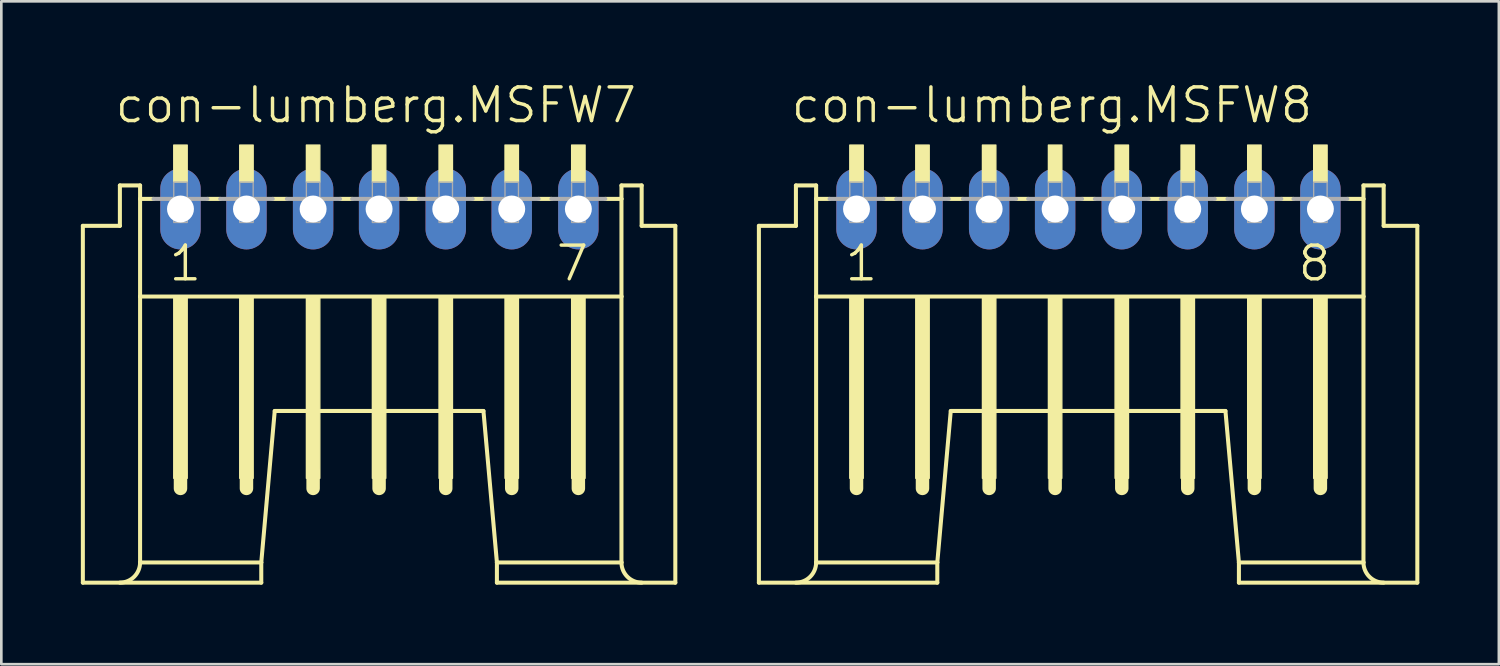
<source format=kicad_pcb>
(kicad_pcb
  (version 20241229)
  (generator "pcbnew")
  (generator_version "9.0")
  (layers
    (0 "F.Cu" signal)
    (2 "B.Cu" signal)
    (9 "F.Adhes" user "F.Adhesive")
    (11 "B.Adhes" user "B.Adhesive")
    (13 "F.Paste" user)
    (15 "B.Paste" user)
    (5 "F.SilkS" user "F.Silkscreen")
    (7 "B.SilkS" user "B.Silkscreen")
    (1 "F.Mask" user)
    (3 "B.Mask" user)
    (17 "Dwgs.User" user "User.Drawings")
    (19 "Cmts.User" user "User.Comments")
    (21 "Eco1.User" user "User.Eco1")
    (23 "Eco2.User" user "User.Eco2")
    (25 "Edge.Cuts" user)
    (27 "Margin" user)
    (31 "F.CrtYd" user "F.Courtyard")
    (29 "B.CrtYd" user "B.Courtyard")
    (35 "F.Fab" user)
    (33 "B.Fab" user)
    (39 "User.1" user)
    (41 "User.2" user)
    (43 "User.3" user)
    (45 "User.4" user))
  (footprint "con-lumberg.MSFW7"
    (layer "F.Cu")
    (at 3.759 6.74)
    (property "Reference" "con-lumberg.MSFW7" (at -2.54 -5.08 0) (layer "F.SilkS") (effects (font (size 1.27 1.27) (thickness 0.13)) (justify left bottom)))
    (attr through_hole)
    (fp_line (start -3.683 12.192) (end -3.683 -1.27) (stroke (width 0.152) (type default)) (layer "F.SilkS"))
    (fp_line (start -3.683 12.192) (end 3.048 12.192) (stroke (width 0.152) (type default)) (layer "F.SilkS"))
    (fp_line (start -2.286 -1.27) (end -3.683 -1.27) (stroke (width 0.152) (type default)) (layer "F.SilkS"))
    (fp_line (start -2.286 -1.27) (end -2.286 -2.794) (stroke (width 0.152) (type default)) (layer "F.SilkS"))
    (fp_line (start -1.524 -2.794) (end -2.286 -2.794) (stroke (width 0.152) (type default)) (layer "F.SilkS"))
    (fp_line (start -1.524 -2.286) (end -1.524 -2.794) (stroke (width 0.152) (type default)) (layer "F.SilkS"))
    (fp_line (start -1.524 1.397) (end -1.524 -2.286) (stroke (width 0.152) (type default)) (layer "F.SilkS"))
    (fp_line (start -1.524 11.43) (end -1.524 1.397) (stroke (width 0.152) (type default)) (layer "F.SilkS"))
    (fp_line (start -1.524 11.43) (end 3.048 11.43) (stroke (width 0.152) (type default)) (layer "F.SilkS"))
    (fp_line (start -1.016 -2.286) (end -1.524 -2.286) (stroke (width 0.152) (type default)) (layer "F.SilkS"))
    (fp_line (start 0 8.001) (end 0 8.636) (stroke (width 0.508) (type default)) (layer "F.SilkS"))
    (fp_line (start 1.499 -2.286) (end 1.016 -2.286) (stroke (width 0.152) (type default)) (layer "F.SilkS"))
    (fp_line (start 2.489 8.001) (end 2.489 8.636) (stroke (width 0.508) (type default)) (layer "F.SilkS"))
    (fp_line (start 3.048 11.43) (end 3.556 5.715) (stroke (width 0.152) (type default)) (layer "F.SilkS"))
    (fp_line (start 3.048 12.192) (end 3.048 11.43) (stroke (width 0.152) (type default)) (layer "F.SilkS"))
    (fp_line (start 3.556 5.715) (end 11.43 5.715) (stroke (width 0.152) (type default)) (layer "F.SilkS"))
    (fp_line (start 4.013 -2.286) (end 3.48 -2.286) (stroke (width 0.152) (type default)) (layer "F.SilkS"))
    (fp_line (start 5.004 8.001) (end 5.004 8.636) (stroke (width 0.508) (type default)) (layer "F.SilkS"))
    (fp_line (start 6.477 -2.286) (end 6.02 -2.286) (stroke (width 0.152) (type default)) (layer "F.SilkS"))
    (fp_line (start 7.493 8.001) (end 7.493 8.636) (stroke (width 0.508) (type default)) (layer "F.SilkS"))
    (fp_line (start 8.992 -2.286) (end 8.509 -2.286) (stroke (width 0.152) (type default)) (layer "F.SilkS"))
    (fp_line (start 10.008 8.001) (end 10.008 8.636) (stroke (width 0.508) (type default)) (layer "F.SilkS"))
    (fp_line (start 11.481 -2.286) (end 11.024 -2.286) (stroke (width 0.152) (type default)) (layer "F.SilkS"))
    (fp_line (start 11.938 11.43) (end 11.43 5.715) (stroke (width 0.152) (type default)) (layer "F.SilkS"))
    (fp_line (start 11.938 12.192) (end 11.938 11.43) (stroke (width 0.152) (type default)) (layer "F.SilkS"))
    (fp_line (start 11.938 12.192) (end 18.669 12.192) (stroke (width 0.152) (type default)) (layer "F.SilkS"))
    (fp_line (start 12.497 8.001) (end 12.497 8.636) (stroke (width 0.508) (type default)) (layer "F.SilkS"))
    (fp_line (start 13.995 -2.286) (end 13.513 -2.286) (stroke (width 0.152) (type default)) (layer "F.SilkS"))
    (fp_line (start 15.011 8.001) (end 15.011 8.636) (stroke (width 0.508) (type default)) (layer "F.SilkS"))
    (fp_line (start 16.637 -2.794) (end 16.637 -2.286) (stroke (width 0.152) (type default)) (layer "F.SilkS"))
    (fp_line (start 16.637 -2.286) (end 16.027 -2.286) (stroke (width 0.152) (type default)) (layer "F.SilkS"))
    (fp_line (start 16.637 -2.286) (end 16.637 1.397) (stroke (width 0.152) (type default)) (layer "F.SilkS"))
    (fp_line (start 16.637 1.397) (end -1.524 1.397) (stroke (width 0.152) (type default)) (layer "F.SilkS"))
    (fp_line (start 16.637 1.397) (end 16.637 11.43) (stroke (width 0.152) (type default)) (layer "F.SilkS"))
    (fp_line (start 16.637 11.43) (end 11.938 11.43) (stroke (width 0.152) (type default)) (layer "F.SilkS"))
    (fp_line (start 17.399 -2.794) (end 16.637 -2.794) (stroke (width 0.152) (type default)) (layer "F.SilkS"))
    (fp_line (start 17.399 -2.794) (end 17.399 -1.27) (stroke (width 0.152) (type default)) (layer "F.SilkS"))
    (fp_line (start 18.669 -1.27) (end 17.399 -1.27) (stroke (width 0.152) (type default)) (layer "F.SilkS"))
    (fp_line (start 18.669 -1.27) (end 18.669 12.192) (stroke (width 0.152) (type default)) (layer "F.SilkS"))
    (fp_rect (start -0.254 -2.921) (end 0.254 -4.318) (stroke (width 0.05) (type default)) (fill yes) (layer "F.SilkS"))
    (fp_rect (start -0.254 8.255) (end 0.254 1.397) (stroke (width 0.05) (type default)) (fill yes) (layer "F.SilkS"))
    (fp_rect (start 2.235 -2.921) (end 2.743 -4.318) (stroke (width 0.05) (type default)) (fill yes) (layer "F.SilkS"))
    (fp_rect (start 2.235 8.255) (end 2.743 1.397) (stroke (width 0.05) (type default)) (fill yes) (layer "F.SilkS"))
    (fp_rect (start 4.75 -2.921) (end 5.258 -4.318) (stroke (width 0.05) (type default)) (fill yes) (layer "F.SilkS"))
    (fp_rect (start 4.75 8.255) (end 5.258 1.397) (stroke (width 0.05) (type default)) (fill yes) (layer "F.SilkS"))
    (fp_rect (start 7.239 -2.921) (end 7.747 -4.318) (stroke (width 0.05) (type default)) (fill yes) (layer "F.SilkS"))
    (fp_rect (start 7.239 8.255) (end 7.747 1.397) (stroke (width 0.05) (type default)) (fill yes) (layer "F.SilkS"))
    (fp_rect (start 9.754 -2.921) (end 10.262 -4.318) (stroke (width 0.05) (type default)) (fill yes) (layer "F.SilkS"))
    (fp_rect (start 9.754 8.255) (end 10.262 1.397) (stroke (width 0.05) (type default)) (fill yes) (layer "F.SilkS"))
    (fp_rect (start 12.243 -2.921) (end 12.751 -4.318) (stroke (width 0.05) (type default)) (fill yes) (layer "F.SilkS"))
    (fp_rect (start 12.243 8.255) (end 12.751 1.397) (stroke (width 0.05) (type default)) (fill yes) (layer "F.SilkS"))
    (fp_rect (start 14.757 -2.921) (end 15.265 -4.318) (stroke (width 0.05) (type default)) (fill yes) (layer "F.SilkS"))
    (fp_rect (start 14.757 8.255) (end 15.265 1.397) (stroke (width 0.05) (type default)) (fill yes) (layer "F.SilkS"))
    (fp_arc (start -1.524 11.43) (mid -1.747185 11.968815) (end -2.286 12.192) (stroke (width 0.1524) (type default)) (layer "F.SilkS"))
    (fp_arc (start 17.399 12.192) (mid 16.860185 11.968815) (end 16.637 11.43) (stroke (width 0.1524) (type default)) (layer "F.SilkS"))
    (fp_line (start -1.016 -2.286) (end 1.016 -2.286) (stroke (width 0.152) (type default)) (layer "F.Fab"))
    (fp_line (start 1.499 -2.286) (end 3.48 -2.286) (stroke (width 0.152) (type default)) (layer "F.Fab"))
    (fp_line (start 4.013 -2.286) (end 6.02 -2.286) (stroke (width 0.152) (type default)) (layer "F.Fab"))
    (fp_line (start 6.477 -2.286) (end 8.509 -2.286) (stroke (width 0.152) (type default)) (layer "F.Fab"))
    (fp_line (start 8.992 -2.286) (end 11.024 -2.286) (stroke (width 0.152) (type default)) (layer "F.Fab"))
    (fp_line (start 11.481 -2.286) (end 13.513 -2.286) (stroke (width 0.152) (type default)) (layer "F.Fab"))
    (fp_line (start 13.995 -2.286) (end 16.027 -2.286) (stroke (width 0.152) (type default)) (layer "F.Fab"))
    (fp_rect (start -0.254 -1.397) (end 0.254 -2.921) (stroke (width 0.05) (type default)) (fill no) (layer "F.Fab"))
    (fp_rect (start 2.235 -1.397) (end 2.743 -2.921) (stroke (width 0.05) (type default)) (fill no) (layer "F.Fab"))
    (fp_rect (start 4.75 -1.397) (end 5.258 -2.921) (stroke (width 0.05) (type default)) (fill no) (layer "F.Fab"))
    (fp_rect (start 7.239 -1.397) (end 7.747 -2.921) (stroke (width 0.05) (type default)) (fill no) (layer "F.Fab"))
    (fp_rect (start 9.754 -1.397) (end 10.262 -2.921) (stroke (width 0.05) (type default)) (fill no) (layer "F.Fab"))
    (fp_rect (start 12.243 -1.397) (end 12.751 -2.921) (stroke (width 0.05) (type default)) (fill no) (layer "F.Fab"))
    (fp_rect (start 14.757 -1.397) (end 15.265 -2.921) (stroke (width 0.05) (type default)) (fill no) (layer "F.Fab"))
    (fp_text user "7" (at 14.097 0.889 0) (layer "F.SilkS") (effects (font (size 1.27 1.27) (thickness 0.13)) (justify left bottom)))
    (fp_text user "1" (at -0.508 0.889 0) (layer "F.SilkS") (effects (font (size 1.27 1.27) (thickness 0.13)) (justify left bottom)))
    (pad "1" thru_hole oval (at 0 -1.905 90) (size 3.048 1.524) (drill 1.016) (layers "*.Cu" "*.Mask"))
    (pad "2" thru_hole oval (at 2.489 -1.905 90) (size 3.048 1.524) (drill 1.016) (layers "*.Cu" "*.Mask"))
    (pad "3" thru_hole oval (at 5.004 -1.905 90) (size 3.048 1.524) (drill 1.016) (layers "*.Cu" "*.Mask"))
    (pad "4" thru_hole oval (at 7.493 -1.905 90) (size 3.048 1.524) (drill 1.016) (layers "*.Cu" "*.Mask"))
    (pad "5" thru_hole oval (at 10.008 -1.905 90) (size 3.048 1.524) (drill 1.016) (layers "*.Cu" "*.Mask"))
    (pad "6" thru_hole oval (at 12.497 -1.905 90) (size 3.048 1.524) (drill 1.016) (layers "*.Cu" "*.Mask"))
    (pad "7" thru_hole oval (at 15.011 -1.905 90) (size 3.048 1.524) (drill 1.016) (layers "*.Cu" "*.Mask")))
  (footprint "con-lumberg.MSFW8"
    (layer "F.Cu")
    (at 29.264 6.74)
    (property "Reference" "con-lumberg.MSFW8" (at -2.54 -5.08 0) (layer "F.SilkS") (effects (font (size 1.27 1.27) (thickness 0.13)) (justify left bottom)))
    (attr through_hole)
    (fp_line (start -3.683 12.192) (end -3.683 -1.27) (stroke (width 0.152) (type default)) (layer "F.SilkS"))
    (fp_line (start -3.683 12.192) (end 3.048 12.192) (stroke (width 0.152) (type default)) (layer "F.SilkS"))
    (fp_line (start -2.286 -1.27) (end -3.683 -1.27) (stroke (width 0.152) (type default)) (layer "F.SilkS"))
    (fp_line (start -2.286 -1.27) (end -2.286 -2.794) (stroke (width 0.152) (type default)) (layer "F.SilkS"))
    (fp_line (start -1.524 -2.794) (end -2.286 -2.794) (stroke (width 0.152) (type default)) (layer "F.SilkS"))
    (fp_line (start -1.524 -2.286) (end -1.524 -2.794) (stroke (width 0.152) (type default)) (layer "F.SilkS"))
    (fp_line (start -1.524 1.397) (end -1.524 -2.286) (stroke (width 0.152) (type default)) (layer "F.SilkS"))
    (fp_line (start -1.524 11.43) (end -1.524 1.397) (stroke (width 0.152) (type default)) (layer "F.SilkS"))
    (fp_line (start -1.524 11.43) (end 3.048 11.43) (stroke (width 0.152) (type default)) (layer "F.SilkS"))
    (fp_line (start -1.016 -2.286) (end -1.524 -2.286) (stroke (width 0.152) (type default)) (layer "F.SilkS"))
    (fp_line (start 0 8.001) (end 0 8.636) (stroke (width 0.508) (type default)) (layer "F.SilkS"))
    (fp_line (start 1.499 -2.286) (end 1.016 -2.286) (stroke (width 0.152) (type default)) (layer "F.SilkS"))
    (fp_line (start 2.489 8.001) (end 2.489 8.636) (stroke (width 0.508) (type default)) (layer "F.SilkS"))
    (fp_line (start 3.048 11.43) (end 3.556 5.715) (stroke (width 0.152) (type default)) (layer "F.SilkS"))
    (fp_line (start 3.048 12.192) (end 3.048 11.43) (stroke (width 0.152) (type default)) (layer "F.SilkS"))
    (fp_line (start 3.556 5.715) (end 13.919 5.715) (stroke (width 0.152) (type default)) (layer "F.SilkS"))
    (fp_line (start 4.013 -2.286) (end 3.48 -2.286) (stroke (width 0.152) (type default)) (layer "F.SilkS"))
    (fp_line (start 5.004 8.001) (end 5.004 8.636) (stroke (width 0.508) (type default)) (layer "F.SilkS"))
    (fp_line (start 6.477 -2.286) (end 6.02 -2.286) (stroke (width 0.152) (type default)) (layer "F.SilkS"))
    (fp_line (start 7.493 8.001) (end 7.493 8.636) (stroke (width 0.508) (type default)) (layer "F.SilkS"))
    (fp_line (start 8.992 -2.286) (end 8.509 -2.286) (stroke (width 0.152) (type default)) (layer "F.SilkS"))
    (fp_line (start 10.008 8.001) (end 10.008 8.636) (stroke (width 0.508) (type default)) (layer "F.SilkS"))
    (fp_line (start 11.481 -2.286) (end 11.024 -2.286) (stroke (width 0.152) (type default)) (layer "F.SilkS"))
    (fp_line (start 12.497 8.001) (end 12.497 8.636) (stroke (width 0.508) (type default)) (layer "F.SilkS"))
    (fp_line (start 13.995 -2.286) (end 13.513 -2.286) (stroke (width 0.152) (type default)) (layer "F.SilkS"))
    (fp_line (start 14.427 11.43) (end 13.919 5.715) (stroke (width 0.152) (type default)) (layer "F.SilkS"))
    (fp_line (start 14.427 12.192) (end 14.427 11.43) (stroke (width 0.152) (type default)) (layer "F.SilkS"))
    (fp_line (start 14.427 12.192) (end 21.158 12.192) (stroke (width 0.152) (type default)) (layer "F.SilkS"))
    (fp_line (start 15.011 8.001) (end 15.011 8.636) (stroke (width 0.508) (type default)) (layer "F.SilkS"))
    (fp_line (start 16.485 -2.286) (end 16.027 -2.286) (stroke (width 0.152) (type default)) (layer "F.SilkS"))
    (fp_line (start 17.501 8.001) (end 17.501 8.636) (stroke (width 0.508) (type default)) (layer "F.SilkS"))
    (fp_line (start 19.126 -2.794) (end 19.126 -2.286) (stroke (width 0.152) (type default)) (layer "F.SilkS"))
    (fp_line (start 19.126 -2.286) (end 18.517 -2.286) (stroke (width 0.152) (type default)) (layer "F.SilkS"))
    (fp_line (start 19.126 -2.286) (end 19.126 1.397) (stroke (width 0.152) (type default)) (layer "F.SilkS"))
    (fp_line (start 19.126 1.397) (end -1.524 1.397) (stroke (width 0.152) (type default)) (layer "F.SilkS"))
    (fp_line (start 19.126 1.397) (end 19.126 11.43) (stroke (width 0.152) (type default)) (layer "F.SilkS"))
    (fp_line (start 19.126 11.43) (end 14.427 11.43) (stroke (width 0.152) (type default)) (layer "F.SilkS"))
    (fp_line (start 19.888 -2.794) (end 19.126 -2.794) (stroke (width 0.152) (type default)) (layer "F.SilkS"))
    (fp_line (start 19.888 -2.794) (end 19.888 -1.27) (stroke (width 0.152) (type default)) (layer "F.SilkS"))
    (fp_line (start 21.158 -1.27) (end 19.888 -1.27) (stroke (width 0.152) (type default)) (layer "F.SilkS"))
    (fp_line (start 21.158 -1.27) (end 21.158 12.192) (stroke (width 0.152) (type default)) (layer "F.SilkS"))
    (fp_rect (start -0.254 -2.921) (end 0.254 -4.318) (stroke (width 0.05) (type default)) (fill yes) (layer "F.SilkS"))
    (fp_rect (start -0.254 8.255) (end 0.254 1.397) (stroke (width 0.05) (type default)) (fill yes) (layer "F.SilkS"))
    (fp_rect (start 2.235 -2.921) (end 2.743 -4.318) (stroke (width 0.05) (type default)) (fill yes) (layer "F.SilkS"))
    (fp_rect (start 2.235 8.255) (end 2.743 1.397) (stroke (width 0.05) (type default)) (fill yes) (layer "F.SilkS"))
    (fp_rect (start 4.75 -2.921) (end 5.258 -4.318) (stroke (width 0.05) (type default)) (fill yes) (layer "F.SilkS"))
    (fp_rect (start 4.75 8.255) (end 5.258 1.397) (stroke (width 0.05) (type default)) (fill yes) (layer "F.SilkS"))
    (fp_rect (start 7.239 -2.921) (end 7.747 -4.318) (stroke (width 0.05) (type default)) (fill yes) (layer "F.SilkS"))
    (fp_rect (start 7.239 8.255) (end 7.747 1.397) (stroke (width 0.05) (type default)) (fill yes) (layer "F.SilkS"))
    (fp_rect (start 9.754 -2.921) (end 10.262 -4.318) (stroke (width 0.05) (type default)) (fill yes) (layer "F.SilkS"))
    (fp_rect (start 9.754 8.255) (end 10.262 1.397) (stroke (width 0.05) (type default)) (fill yes) (layer "F.SilkS"))
    (fp_rect (start 12.243 -2.921) (end 12.751 -4.318) (stroke (width 0.05) (type default)) (fill yes) (layer "F.SilkS"))
    (fp_rect (start 12.243 8.255) (end 12.751 1.397) (stroke (width 0.05) (type default)) (fill yes) (layer "F.SilkS"))
    (fp_rect (start 14.757 -2.921) (end 15.265 -4.318) (stroke (width 0.05) (type default)) (fill yes) (layer "F.SilkS"))
    (fp_rect (start 14.757 8.255) (end 15.265 1.397) (stroke (width 0.05) (type default)) (fill yes) (layer "F.SilkS"))
    (fp_rect (start 17.247 -2.921) (end 17.755 -4.318) (stroke (width 0.05) (type default)) (fill yes) (layer "F.SilkS"))
    (fp_rect (start 17.247 8.255) (end 17.755 1.397) (stroke (width 0.05) (type default)) (fill yes) (layer "F.SilkS"))
    (fp_arc (start -1.524 11.43) (mid -1.747185 11.968815) (end -2.286 12.192) (stroke (width 0.1524) (type default)) (layer "F.SilkS"))
    (fp_arc (start 19.8882 12.192) (mid 19.349385 11.968815) (end 19.1262 11.43) (stroke (width 0.1524) (type default)) (layer "F.SilkS"))
    (fp_line (start -1.016 -2.286) (end 1.016 -2.286) (stroke (width 0.152) (type default)) (layer "F.Fab"))
    (fp_line (start 1.499 -2.286) (end 3.48 -2.286) (stroke (width 0.152) (type default)) (layer "F.Fab"))
    (fp_line (start 4.013 -2.286) (end 6.02 -2.286) (stroke (width 0.152) (type default)) (layer "F.Fab"))
    (fp_line (start 6.477 -2.286) (end 8.509 -2.286) (stroke (width 0.152) (type default)) (layer "F.Fab"))
    (fp_line (start 8.992 -2.286) (end 11.024 -2.286) (stroke (width 0.152) (type default)) (layer "F.Fab"))
    (fp_line (start 11.481 -2.286) (end 13.513 -2.286) (stroke (width 0.152) (type default)) (layer "F.Fab"))
    (fp_line (start 13.995 -2.286) (end 16.027 -2.286) (stroke (width 0.152) (type default)) (layer "F.Fab"))
    (fp_line (start 16.485 -2.286) (end 18.517 -2.286) (stroke (width 0.152) (type default)) (layer "F.Fab"))
    (fp_rect (start -0.254 -1.397) (end 0.254 -2.921) (stroke (width 0.05) (type default)) (fill no) (layer "F.Fab"))
    (fp_rect (start 2.235 -1.397) (end 2.743 -2.921) (stroke (width 0.05) (type default)) (fill no) (layer "F.Fab"))
    (fp_rect (start 4.75 -1.397) (end 5.258 -2.921) (stroke (width 0.05) (type default)) (fill no) (layer "F.Fab"))
    (fp_rect (start 7.239 -1.397) (end 7.747 -2.921) (stroke (width 0.05) (type default)) (fill no) (layer "F.Fab"))
    (fp_rect (start 9.754 -1.397) (end 10.262 -2.921) (stroke (width 0.05) (type default)) (fill no) (layer "F.Fab"))
    (fp_rect (start 12.243 -1.397) (end 12.751 -2.921) (stroke (width 0.05) (type default)) (fill no) (layer "F.Fab"))
    (fp_rect (start 14.757 -1.397) (end 15.265 -2.921) (stroke (width 0.05) (type default)) (fill no) (layer "F.Fab"))
    (fp_rect (start 17.247 -1.397) (end 17.755 -2.921) (stroke (width 0.05) (type default)) (fill no) (layer "F.Fab"))
    (fp_text user "1" (at -0.508 0.889 0) (layer "F.SilkS") (effects (font (size 1.27 1.27) (thickness 0.13)) (justify left bottom)))
    (fp_text user "8" (at 16.586 0.889 0) (layer "F.SilkS") (effects (font (size 1.27 1.27) (thickness 0.13)) (justify left bottom)))
    (pad "1" thru_hole oval (at 0 -1.905 90) (size 3.048 1.524) (drill 1.016) (layers "*.Cu" "*.Mask"))
    (pad "2" thru_hole oval (at 2.489 -1.905 90) (size 3.048 1.524) (drill 1.016) (layers "*.Cu" "*.Mask"))
    (pad "3" thru_hole oval (at 5.004 -1.905 90) (size 3.048 1.524) (drill 1.016) (layers "*.Cu" "*.Mask"))
    (pad "4" thru_hole oval (at 7.493 -1.905 90) (size 3.048 1.524) (drill 1.016) (layers "*.Cu" "*.Mask"))
    (pad "5" thru_hole oval (at 10.008 -1.905 90) (size 3.048 1.524) (drill 1.016) (layers "*.Cu" "*.Mask"))
    (pad "6" thru_hole oval (at 12.497 -1.905 90) (size 3.048 1.524) (drill 1.016) (layers "*.Cu" "*.Mask"))
    (pad "7" thru_hole oval (at 15.011 -1.905 90) (size 3.048 1.524) (drill 1.016) (layers "*.Cu" "*.Mask"))
    (pad "8" thru_hole oval (at 17.501 -1.905 90) (size 3.048 1.524) (drill 1.016) (layers "*.Cu" "*.Mask")))
  (gr_rect
    (start -3 -3)
    (end 53.498 22.008)
    (stroke (width 0.1) (type default))
    (fill no)
    (layer "Edge.Cuts")))
</source>
